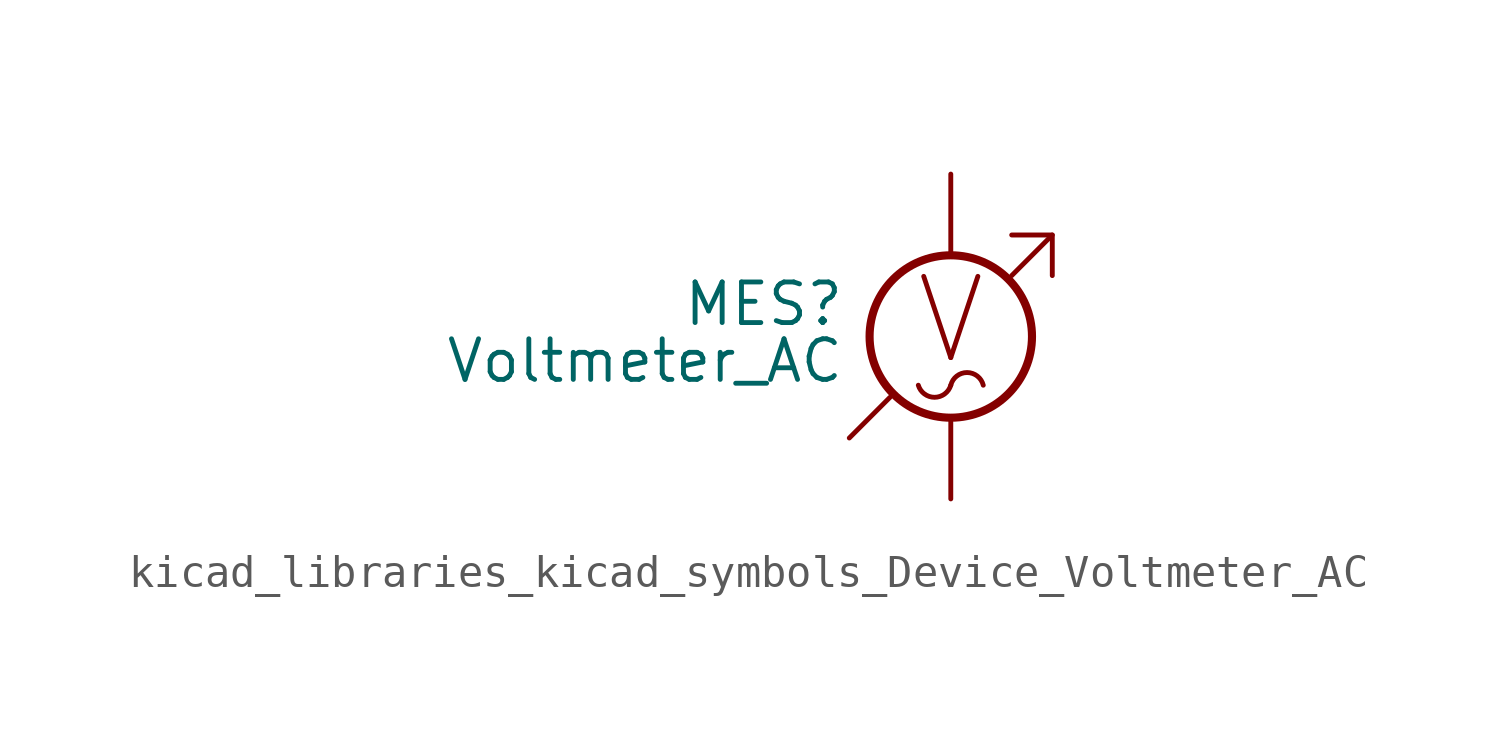
<source format=kicad_sym>
(kicad_symbol_lib
  (version 20220914)
  (generator kicad_symbol_editor)
  (symbol "kicad_libraries_kicad_symbols_Device_Voltmeter_AC"
    (pin_numbers hide)
    (pin_names
      (offset 0.025) hide)
    (property "Reference" "MES"
      (at -3.302 1.016 0)
      (effects (font (size 1.27 1.27)) (justify right)))
    (property "Value" "Voltmeter_AC"
      (at -3.302 -0.762 0)
      (effects (font (size 1.27 1.27)) (justify right)))
    (symbol "kicad_libraries_kicad_symbols_Device_Voltmeter_AC_0_0"
      (polyline (pts (xy -3.175 -3.175) (xy -1.905 -1.905)) (stroke (width 0) (type default)) (fill (type none)))
      (polyline (pts (xy 1.905 1.905) (xy 3.175 3.175)) (stroke (width 0) (type default)) (fill (type none)))
      (polyline (pts (xy 1.905 3.175) (xy 3.175 3.175) (xy 3.175 1.905)) (stroke (width 0) (type default)) (fill (type none)))
      (text "V" (at 0 0.508 0) (effects (font (size 2.54 2.54)))))
    (symbol "kicad_libraries_kicad_symbols_Device_Voltmeter_AC_0_1"
      (arc (start -1.016 -1.524) (mid -0.508 -1.902) (end 0 -1.524) (stroke (width 0) (type default)) (fill (type none)))
      (circle (center 0 0) (radius 2.54) (stroke (width 0.254) (type default)) (fill (type none)))
      (arc (start 1.016 -1.524) (mid 0.508 -1.1274) (end 0 -1.524) (stroke (width 0) (type default)) (fill (type none))))
    (symbol "kicad_libraries_kicad_symbols_Device_Voltmeter_AC_1_1"
      (pin passive line (at 0 -5.08 90) (length 2.54) (name "~" (effects (font (size 1.27 1.27)))) (number "1" (effects (font (size 1.27 1.27)))))
      (pin passive line (at 0 5.08 270) (length 2.54) (name "~" (effects (font (size 1.27 1.27)))) (number "2" (effects (font (size 1.27 1.27))))))))
</source>
